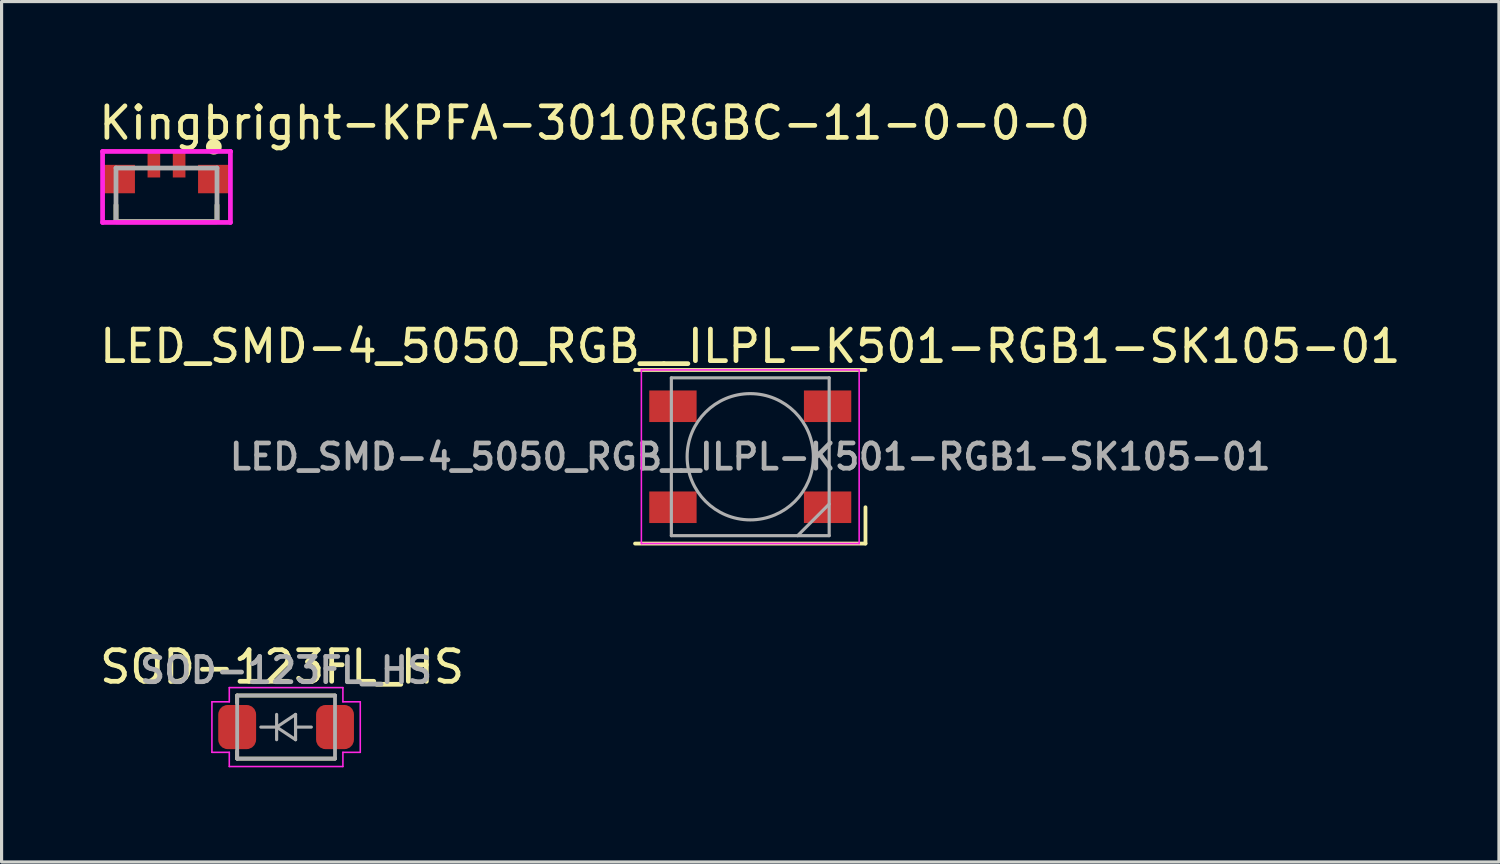
<source format=kicad_pcb>
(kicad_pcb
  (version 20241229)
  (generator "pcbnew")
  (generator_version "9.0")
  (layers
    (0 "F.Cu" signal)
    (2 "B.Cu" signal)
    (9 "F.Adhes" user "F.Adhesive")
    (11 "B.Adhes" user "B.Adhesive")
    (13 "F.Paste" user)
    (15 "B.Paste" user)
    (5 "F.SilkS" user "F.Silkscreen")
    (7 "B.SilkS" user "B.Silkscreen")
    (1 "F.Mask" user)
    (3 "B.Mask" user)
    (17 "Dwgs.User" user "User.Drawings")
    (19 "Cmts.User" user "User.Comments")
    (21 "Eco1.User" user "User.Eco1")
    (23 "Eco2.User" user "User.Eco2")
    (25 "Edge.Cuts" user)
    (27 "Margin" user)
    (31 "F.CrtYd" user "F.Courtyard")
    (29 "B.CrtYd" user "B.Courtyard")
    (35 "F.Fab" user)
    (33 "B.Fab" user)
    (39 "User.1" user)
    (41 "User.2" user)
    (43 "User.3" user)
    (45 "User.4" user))
  (footprint "Kingbright-KPFA-3010RGBC-11-0-0-0"
    (layer "F.Cu")
    (at 2.225 3.123)
    (property "Reference" "Kingbright-KPFA-3010RGBC-11-0-0-0" (at -2.225 -2.275 0) (layer "F.SilkS") (effects (font (size 1 1) (thickness 0.15)) (justify left)))
    (attr through_hole)
    (fp_line (start -1.6 0.85) (end -1.6 0.325) (stroke (width 0.15) (type solid)) (layer "F.SilkS"))
    (fp_line (start -1.6 0.85) (end 1.6 0.85) (stroke (width 0.15) (type solid)) (layer "F.SilkS"))
    (fp_line (start 1.6 0.85) (end 1.6 0.325) (stroke (width 0.15) (type solid)) (layer "F.SilkS"))
    (fp_circle (center 1.5 -1.525) (end 1.625 -1.525) (stroke (width 0.25) (type solid)) (fill no) (layer "F.SilkS"))
    (fp_line (start -2.025 -1.375) (end -2.025 0.875) (stroke (width 0.15) (type solid)) (layer "F.CrtYd"))
    (fp_line (start -2.025 0.875) (end 2.025 0.875) (stroke (width 0.15) (type solid)) (layer "F.CrtYd"))
    (fp_line (start 2.025 -1.375) (end -2.025 -1.375) (stroke (width 0.15) (type solid)) (layer "F.CrtYd"))
    (fp_line (start 2.025 -1.375) (end 2.025 -1.375) (stroke (width 0.15) (type solid)) (layer "F.CrtYd"))
    (fp_line (start 2.025 0.875) (end 2.025 -1.375) (stroke (width 0.15) (type solid)) (layer "F.CrtYd"))
    (fp_line (start -1.6 -0.85) (end 1.6 -0.85) (stroke (width 0.15) (type solid)) (layer "F.Fab"))
    (fp_line (start -1.6 0.85) (end -1.6 -0.85) (stroke (width 0.15) (type solid)) (layer "F.Fab"))
    (fp_line (start 1.6 -0.85) (end 1.6 0.85) (stroke (width 0.15) (type solid)) (layer "F.Fab"))
    (fp_line (start 1.6 0.85) (end -1.6 0.85) (stroke (width 0.15) (type solid)) (layer "F.Fab"))
    (pad "1" smd rect (at 1.5 -0.5) (size 1 0.9) (layers "F.Cu" "F.Mask" "F.Paste"))
    (pad "2" smd rect (at -1.5 -0.5) (size 1 0.9) (layers "F.Cu" "F.Mask" "F.Paste"))
    (pad "3" smd rect (at -0.4 -0.95) (size 0.4 0.8) (layers "F.Cu" "F.Mask" "F.Paste"))
    (pad "4" smd rect (at 0.4 -0.95) (size 0.4 0.8) (layers "F.Cu" "F.Mask" "F.Paste")))
  (footprint "LED_SMD-4_5050_RGB__ILPL-K501-RGB1-SK105-01"
    (layer "F.Cu")
    (at 20.72 11.421)
    (property "Reference" "LED_SMD-4_5050_RGB__ILPL-K501-RGB1-SK105-01" (at 0 -3.5 0) (layer "F.SilkS") (effects (font (size 1 1) (thickness 0.15))))
    (attr smd)
    (fp_line (start -3.65 -2.75) (end 3.65 -2.75) (stroke (width 0.12) (type solid)) (layer "F.SilkS"))
    (fp_line (start -3.65 2.75) (end 3.65 2.75) (stroke (width 0.12) (type solid)) (layer "F.SilkS"))
    (fp_line (start 3.65 2.75) (end 3.65 1.6) (stroke (width 0.12) (type solid)) (layer "F.SilkS"))
    (fp_line (start -3.45 -2.75) (end -3.45 2.75) (stroke (width 0.05) (type solid)) (layer "F.CrtYd"))
    (fp_line (start -3.45 2.75) (end 3.45 2.75) (stroke (width 0.05) (type solid)) (layer "F.CrtYd"))
    (fp_line (start 3.45 -2.75) (end -3.45 -2.75) (stroke (width 0.05) (type solid)) (layer "F.CrtYd"))
    (fp_line (start 3.45 2.75) (end 3.45 -2.75) (stroke (width 0.05) (type solid)) (layer "F.CrtYd"))
    (fp_line (start -2.5 -2.5) (end -2.5 2.5) (stroke (width 0.1) (type solid)) (layer "F.Fab"))
    (fp_line (start -2.5 2.5) (end 2.5 2.5) (stroke (width 0.1) (type solid)) (layer "F.Fab"))
    (fp_line (start 2.5 -2.5) (end -2.5 -2.5) (stroke (width 0.1) (type solid)) (layer "F.Fab"))
    (fp_line (start 2.5 1.5) (end 1.5 2.5) (stroke (width 0.1) (type solid)) (layer "F.Fab"))
    (fp_line (start 2.5 2.5) (end 2.5 -2.5) (stroke (width 0.1) (type solid)) (layer "F.Fab"))
    (fp_circle (center 0 0) (end 0 -2) (stroke (width 0.1) (type solid)) (fill no) (layer "F.Fab"))
    (fp_text user "${REFERENCE}" (at 0 0 0) (layer "F.Fab") (effects (font (size 0.8 0.8) (thickness 0.15))))
    (pad "1" smd rect (at 2.45 1.6) (size 1.5 1) (layers "F.Cu" "F.Mask" "F.Paste"))
    (pad "2" smd rect (at 2.45 -1.6) (size 1.5 1) (layers "F.Cu" "F.Mask" "F.Paste"))
    (pad "3" smd rect (at -2.45 -1.6) (size 1.5 1) (layers "F.Cu" "F.Mask" "F.Paste"))
    (pad "4" smd rect (at -2.45 1.6) (size 1.5 1) (layers "F.Cu" "F.Mask" "F.Paste")))
  (footprint "SOD-123FL_HS"
    (layer "F.Cu")
    (at 6.014 19.985)
    (property "Reference" "SOD-123FL_HS" (at -0.127 -1.905 0) (unlocked yes) (layer "F.SilkS") (effects (font (size 1 1) (thickness 0.15))))
    (attr smd)
    (fp_line (start -1.55 -1) (end -1.55 -0.762) (stroke (width 0.12) (type solid)) (layer "F.SilkS"))
    (fp_line (start -1.55 -1) (end 1.55 -1) (stroke (width 0.12) (type solid)) (layer "F.SilkS"))
    (fp_line (start -1.55 0.762) (end -1.55 1) (stroke (width 0.12) (type solid)) (layer "F.SilkS"))
    (fp_line (start 1.55 1) (end -1.55 1) (stroke (width 0.12) (type solid)) (layer "F.SilkS"))
    (fp_line (start -2.35 -0.8) (end -1.8 -0.8) (stroke (width 0.05) (type solid)) (layer "F.CrtYd"))
    (fp_line (start -2.35 0.8) (end -2.35 -0.8) (stroke (width 0.05) (type solid)) (layer "F.CrtYd"))
    (fp_line (start -1.8 -1.25) (end 1.8 -1.25) (stroke (width 0.05) (type solid)) (layer "F.CrtYd"))
    (fp_line (start -1.8 -0.8) (end -1.8 -1.25) (stroke (width 0.05) (type solid)) (layer "F.CrtYd"))
    (fp_line (start -1.8 0.8) (end -2.35 0.8) (stroke (width 0.05) (type solid)) (layer "F.CrtYd"))
    (fp_line (start -1.8 1.25) (end -1.8 0.8) (stroke (width 0.05) (type solid)) (layer "F.CrtYd"))
    (fp_line (start 1.8 -1.25) (end 1.8 -0.8) (stroke (width 0.05) (type solid)) (layer "F.CrtYd"))
    (fp_line (start 1.8 -0.8) (end 2.35 -0.8) (stroke (width 0.05) (type solid)) (layer "F.CrtYd"))
    (fp_line (start 1.8 0.8) (end 1.8 1.25) (stroke (width 0.05) (type solid)) (layer "F.CrtYd"))
    (fp_line (start 1.8 1.25) (end -1.8 1.25) (stroke (width 0.05) (type solid)) (layer "F.CrtYd"))
    (fp_line (start 2.35 -0.8) (end 2.35 0.8) (stroke (width 0.05) (type solid)) (layer "F.CrtYd"))
    (fp_line (start 2.35 0.8) (end 1.8 0.8) (stroke (width 0.05) (type solid)) (layer "F.CrtYd"))
    (fp_line (start -1.55 -1) (end 1.55 -1) (stroke (width 0.12) (type solid)) (layer "F.Fab"))
    (fp_line (start -1.55 1) (end -1.55 -1) (stroke (width 0.12) (type solid)) (layer "F.Fab"))
    (fp_line (start -0.8 0.001) (end -0.3 0.001) (stroke (width 0.1) (type solid)) (layer "F.Fab"))
    (fp_line (start -0.3 -0.4) (end -0.3 0.4) (stroke (width 0.1) (type solid)) (layer "F.Fab"))
    (fp_line (start -0.3 0.001) (end 0.3 -0.4) (stroke (width 0.1) (type solid)) (layer "F.Fab"))
    (fp_line (start -0.3 0.001) (end 0.3 0.4) (stroke (width 0.1) (type solid)) (layer "F.Fab"))
    (fp_line (start 0.3 0.001) (end 0.8 0.001) (stroke (width 0.1) (type solid)) (layer "F.Fab"))
    (fp_line (start 0.3 0.4) (end 0.3 -0.4) (stroke (width 0.1) (type solid)) (layer "F.Fab"))
    (fp_line (start 1.55 -1) (end 1.55 1) (stroke (width 0.12) (type solid)) (layer "F.Fab"))
    (fp_line (start 1.55 1) (end -1.55 1) (stroke (width 0.12) (type solid)) (layer "F.Fab"))
    (fp_text user "${REFERENCE}" (at 0 -1.8 0) (layer "F.Fab") (effects (font (size 0.8 0.8) (thickness 0.15))))
    (pad "1" smd roundrect (at -1.55 0) (size 1.2 1.4) (layers "F.Cu" "F.Mask" "F.Paste") (roundrect_rratio 0.25))
    (pad "2" smd roundrect (at 1.55 0) (size 1.2 1.4) (layers "F.Cu" "F.Mask" "F.Paste") (roundrect_rratio 0.25)))
  (gr_rect
    (start -3 -3)
    (end 44.44 24.26)
    (stroke (width 0.1) (type default))
    (fill no)
    (layer "Edge.Cuts")))
</source>
